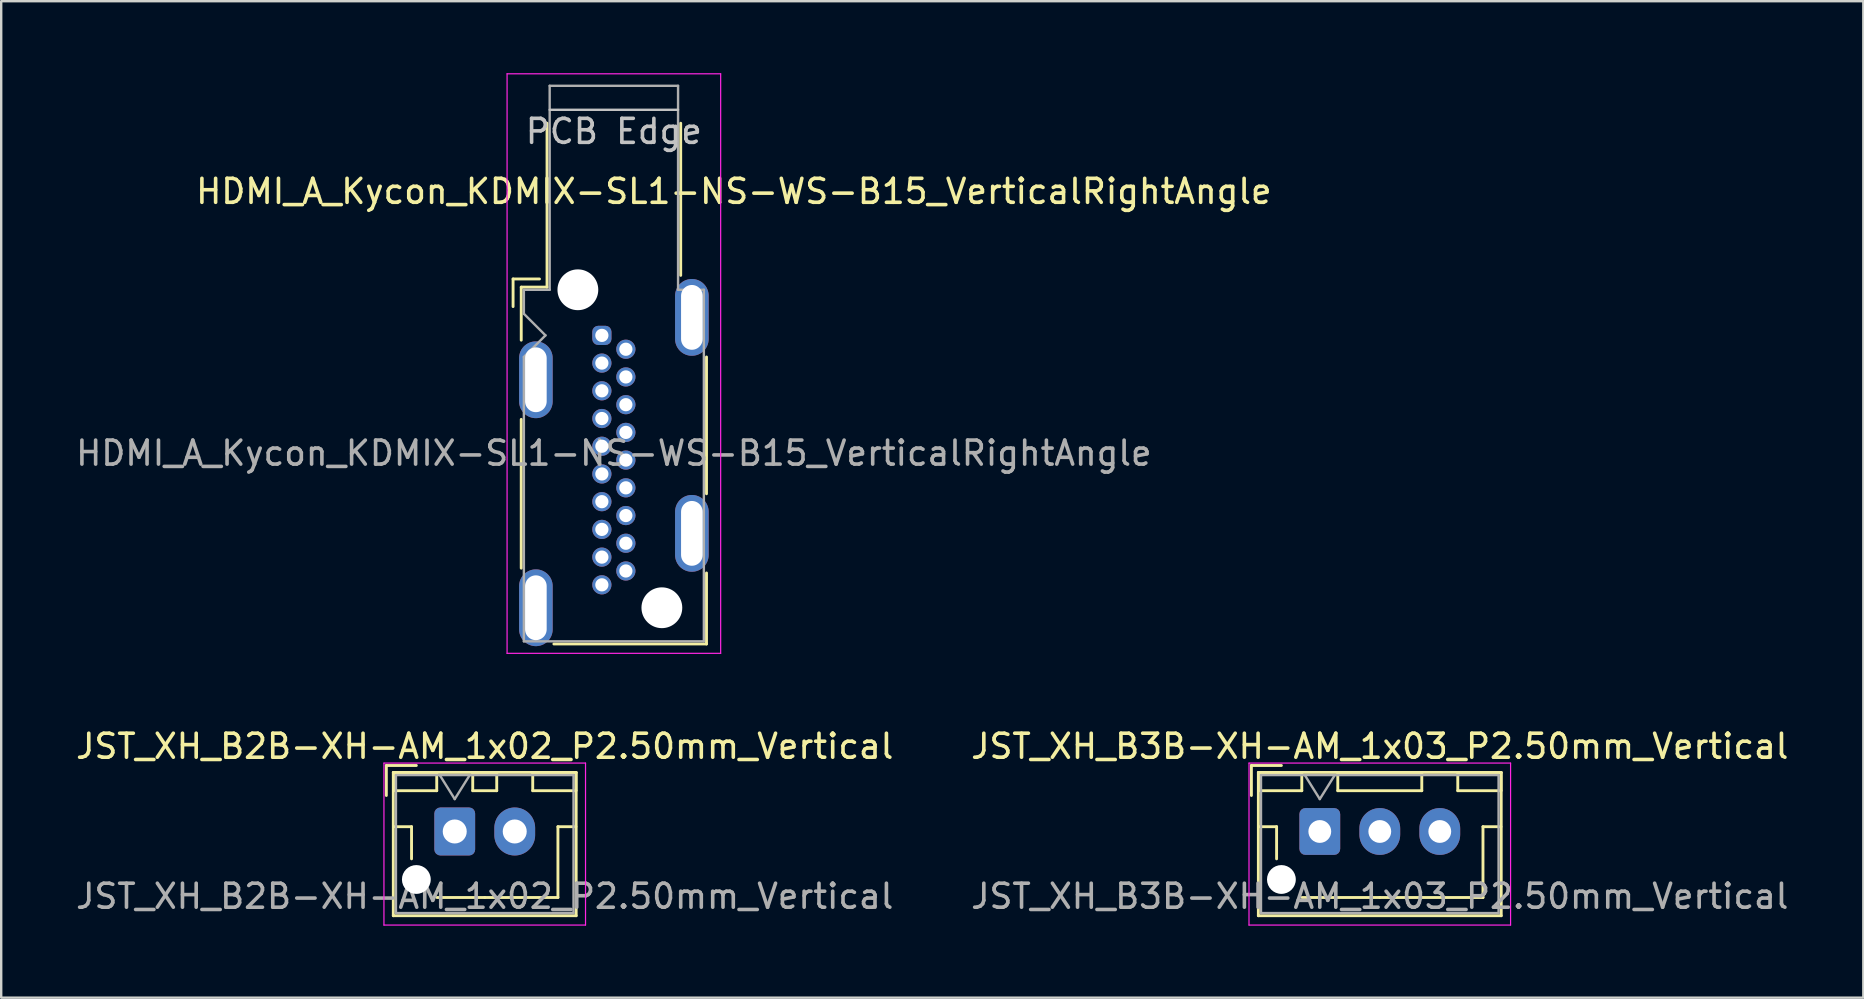
<source format=kicad_pcb>
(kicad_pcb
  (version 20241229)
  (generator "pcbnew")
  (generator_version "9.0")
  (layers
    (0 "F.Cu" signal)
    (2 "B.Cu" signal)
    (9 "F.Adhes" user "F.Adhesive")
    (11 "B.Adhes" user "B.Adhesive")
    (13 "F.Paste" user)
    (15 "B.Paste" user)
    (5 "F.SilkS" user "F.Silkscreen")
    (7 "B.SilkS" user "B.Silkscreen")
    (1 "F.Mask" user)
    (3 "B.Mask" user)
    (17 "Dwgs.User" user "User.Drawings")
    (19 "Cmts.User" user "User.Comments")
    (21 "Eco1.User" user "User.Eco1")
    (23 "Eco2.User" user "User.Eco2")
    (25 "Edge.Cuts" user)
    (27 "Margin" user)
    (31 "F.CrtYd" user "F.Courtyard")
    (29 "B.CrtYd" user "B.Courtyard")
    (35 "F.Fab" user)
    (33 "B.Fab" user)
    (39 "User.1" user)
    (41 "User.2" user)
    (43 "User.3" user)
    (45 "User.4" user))
  (footprint "JST_XH_B2B-XH-AM_1x02_P2.50mm_Vertical"
    (layer "F.Cu")
    (at 15.899 31.598)
    (property "Reference" "JST_XH_B2B-XH-AM_1x02_P2.50mm_Vertical" (at 1.25 -3.55 0) (layer "F.SilkS") (effects (font (size 1 1) (thickness 0.15))))
    (attr through_hole)
    (fp_line (start -2.85 -2.75) (end -2.85 -1.5) (stroke (width 0.12) (type solid)) (layer "F.SilkS"))
    (fp_line (start -2.56 -2.46) (end -2.56 3.51) (stroke (width 0.12) (type solid)) (layer "F.SilkS"))
    (fp_line (start -2.56 3.51) (end 5.06 3.51) (stroke (width 0.12) (type solid)) (layer "F.SilkS"))
    (fp_line (start -2.55 -2.45) (end -2.55 -1.7) (stroke (width 0.12) (type solid)) (layer "F.SilkS"))
    (fp_line (start -2.55 -1.7) (end -0.75 -1.7) (stroke (width 0.12) (type solid)) (layer "F.SilkS"))
    (fp_line (start -2.55 -0.2) (end -1.8 -0.2) (stroke (width 0.12) (type solid)) (layer "F.SilkS"))
    (fp_line (start -1.8 -0.2) (end -1.8 1.14) (stroke (width 0.12) (type solid)) (layer "F.SilkS"))
    (fp_line (start -1.6 -2.75) (end -2.85 -2.75) (stroke (width 0.12) (type solid)) (layer "F.SilkS"))
    (fp_line (start -0.75 -2.45) (end -2.55 -2.45) (stroke (width 0.12) (type solid)) (layer "F.SilkS"))
    (fp_line (start -0.75 -1.7) (end -0.75 -2.45) (stroke (width 0.12) (type solid)) (layer "F.SilkS"))
    (fp_line (start 0.75 -2.45) (end 0.75 -1.7) (stroke (width 0.12) (type solid)) (layer "F.SilkS"))
    (fp_line (start 0.75 -1.7) (end 1.75 -1.7) (stroke (width 0.12) (type solid)) (layer "F.SilkS"))
    (fp_line (start 1.25 2.75) (end -0.74 2.75) (stroke (width 0.12) (type solid)) (layer "F.SilkS"))
    (fp_line (start 1.75 -2.45) (end 0.75 -2.45) (stroke (width 0.12) (type solid)) (layer "F.SilkS"))
    (fp_line (start 1.75 -1.7) (end 1.75 -2.45) (stroke (width 0.12) (type solid)) (layer "F.SilkS"))
    (fp_line (start 3.25 -2.45) (end 3.25 -1.7) (stroke (width 0.12) (type solid)) (layer "F.SilkS"))
    (fp_line (start 3.25 -1.7) (end 5.05 -1.7) (stroke (width 0.12) (type solid)) (layer "F.SilkS"))
    (fp_line (start 4.3 -0.2) (end 4.3 2.75) (stroke (width 0.12) (type solid)) (layer "F.SilkS"))
    (fp_line (start 4.3 2.75) (end 1.25 2.75) (stroke (width 0.12) (type solid)) (layer "F.SilkS"))
    (fp_line (start 5.05 -2.45) (end 3.25 -2.45) (stroke (width 0.12) (type solid)) (layer "F.SilkS"))
    (fp_line (start 5.05 -1.7) (end 5.05 -2.45) (stroke (width 0.12) (type solid)) (layer "F.SilkS"))
    (fp_line (start 5.05 -0.2) (end 4.3 -0.2) (stroke (width 0.12) (type solid)) (layer "F.SilkS"))
    (fp_line (start 5.06 -2.46) (end -2.56 -2.46) (stroke (width 0.12) (type solid)) (layer "F.SilkS"))
    (fp_line (start 5.06 3.51) (end 5.06 -2.46) (stroke (width 0.12) (type solid)) (layer "F.SilkS"))
    (fp_line (start -2.95 -2.85) (end -2.95 3.9) (stroke (width 0.05) (type solid)) (layer "F.CrtYd"))
    (fp_line (start -2.95 3.9) (end 5.45 3.9) (stroke (width 0.05) (type solid)) (layer "F.CrtYd"))
    (fp_line (start 5.45 -2.85) (end -2.95 -2.85) (stroke (width 0.05) (type solid)) (layer "F.CrtYd"))
    (fp_line (start 5.45 3.9) (end 5.45 -2.85) (stroke (width 0.05) (type solid)) (layer "F.CrtYd"))
    (fp_line (start -2.45 -2.35) (end -2.45 3.4) (stroke (width 0.1) (type solid)) (layer "F.Fab"))
    (fp_line (start -2.45 3.4) (end 4.95 3.4) (stroke (width 0.1) (type solid)) (layer "F.Fab"))
    (fp_line (start -0.625 -2.35) (end 0 -1.35) (stroke (width 0.1) (type solid)) (layer "F.Fab"))
    (fp_line (start 0 -1.35) (end 0.625 -2.35) (stroke (width 0.1) (type solid)) (layer "F.Fab"))
    (fp_line (start 4.95 -2.35) (end -2.45 -2.35) (stroke (width 0.1) (type solid)) (layer "F.Fab"))
    (fp_line (start 4.95 3.4) (end 4.95 -2.35) (stroke (width 0.1) (type solid)) (layer "F.Fab"))
    (fp_text user "${REFERENCE}" (at 1.25 2.7 0) (layer "F.Fab") (effects (font (size 1 1) (thickness 0.15))))
    (pad "" np_thru_hole circle (at -1.6 2) (size 1.2 1.2) (drill 1.2) (layers "*.Cu" "*.Mask"))
    (pad "1" thru_hole roundrect (at 0 0) (size 1.7 2) (drill 1) (layers "*.Cu" "*.Mask") (roundrect_rratio 0.147))
    (pad "2" thru_hole oval (at 2.5 0) (size 1.7 2) (drill 1) (layers "*.Cu" "*.Mask")))
  (footprint "HDMI_A_Kycon_KDMIX-SL1-NS-WS-B15_VerticalRightAngle"
    (layer "F.Cu")
    (at 22.03 10.925)
    (property "Reference" "HDMI_A_Kycon_KDMIX-SL1-NS-WS-B15_VerticalRightAngle" (at 5.5 -6 180) (layer "F.SilkS") (effects (font (size 1 1) (thickness 0.15))))
    (attr through_hole)
    (fp_line (start -3.7 -2.35) (end -3.7 -1.2) (stroke (width 0.12) (type default)) (layer "F.SilkS"))
    (fp_line (start -3.7 -2.35) (end -2.6 -2.35) (stroke (width 0.12) (type default)) (layer "F.SilkS"))
    (fp_line (start -3.36 -2.01) (end -3.36 0.2) (stroke (width 0.12) (type solid)) (layer "F.SilkS"))
    (fp_line (start -3.36 9.7) (end -3.36 3.5) (stroke (width 0.12) (type solid)) (layer "F.SilkS"))
    (fp_line (start -2.285 -8.84) (end -2.285 -2.01) (stroke (width 0.12) (type solid)) (layer "F.SilkS"))
    (fp_line (start -2.285 -2.01) (end -3.36 -2.01) (stroke (width 0.12) (type solid)) (layer "F.SilkS"))
    (fp_line (start 3.285 -8.84) (end 3.285 -2.5) (stroke (width 0.12) (type solid)) (layer "F.SilkS"))
    (fp_line (start 4.36 6.6) (end 4.36 0.9) (stroke (width 0.12) (type solid)) (layer "F.SilkS"))
    (fp_line (start 4.36 12.86) (end -2 12.86) (stroke (width 0.12) (type solid)) (layer "F.SilkS"))
    (fp_line (start 4.36 12.86) (end 4.36 9.9) (stroke (width 0.12) (type solid)) (layer "F.SilkS"))
    (fp_line (start 3.175 -9.4) (end -2.175 -9.4) (stroke (width 0.1) (type solid)) (layer "Dwgs.User"))
    (fp_line (start -3.95 13.25) (end -3.95 -10.9) (stroke (width 0.05) (type solid)) (layer "F.CrtYd"))
    (fp_line (start 4.95 -10.9) (end -3.95 -10.9) (stroke (width 0.05) (type solid)) (layer "F.CrtYd"))
    (fp_line (start 4.95 -10.9) (end 4.95 13.25) (stroke (width 0.05) (type solid)) (layer "F.CrtYd"))
    (fp_line (start 4.95 13.25) (end -3.95 13.25) (stroke (width 0.05) (type solid)) (layer "F.CrtYd"))
    (fp_line (start -3.25 -0.9) (end -3.25 -1.9) (stroke (width 0.1) (type default)) (layer "F.Fab"))
    (fp_line (start -3.25 -0.9) (end -2.35 0) (stroke (width 0.1) (type default)) (layer "F.Fab"))
    (fp_line (start -3.25 0.9) (end -3.25 12.75) (stroke (width 0.1) (type solid)) (layer "F.Fab"))
    (fp_line (start -2.35 0) (end -3.25 0.9) (stroke (width 0.1) (type default)) (layer "F.Fab"))
    (fp_line (start -2.175 -10.4) (end -2.175 -1.9) (stroke (width 0.1) (type solid)) (layer "F.Fab"))
    (fp_line (start -2.175 -1.9) (end -3.25 -1.9) (stroke (width 0.1) (type solid)) (layer "F.Fab"))
    (fp_line (start 3.175 -10.4) (end -2.175 -10.4) (stroke (width 0.1) (type solid)) (layer "F.Fab"))
    (fp_line (start 3.175 -1.9) (end 3.175 -10.4) (stroke (width 0.1) (type solid)) (layer "F.Fab"))
    (fp_line (start 3.175 -1.9) (end 4.25 -1.9) (stroke (width 0.1) (type solid)) (layer "F.Fab"))
    (fp_line (start 4.25 12.75) (end -3.25 12.75) (stroke (width 0.1) (type solid)) (layer "F.Fab"))
    (fp_line (start 4.25 12.75) (end 4.25 -1.9) (stroke (width 0.1) (type solid)) (layer "F.Fab"))
    (fp_text user "PCB Edge" (at 0.5 -8.5 180) (layer "Dwgs.User") (effects (font (size 1 1) (thickness 0.15))))
    (fp_text user "${REFERENCE}" (at 0.5 4.909 180) (layer "F.Fab") (effects (font (size 1 1) (thickness 0.15))))
    (pad "" np_thru_hole circle (at -1 -1.9 180) (size 1.7 1.7) (drill 1.7) (layers "*.Cu" "*.Mask"))
    (pad "" np_thru_hole circle (at 2.5 11.35 180) (size 1.7 1.7) (drill 1.7) (layers "*.Cu" "*.Mask"))
    (pad "1" thru_hole roundrect (at 0 0 180) (size 0.8 0.8) (drill 0.55) (layers "*.Cu" "*.Mask") (roundrect_rratio 0.312))
    (pad "2" thru_hole circle (at 1 0.578 180) (size 0.8 0.8) (drill 0.55) (layers "*.Cu" "*.Mask"))
    (pad "3" thru_hole circle (at 0 1.155 180) (size 0.8 0.8) (drill 0.55) (layers "*.Cu" "*.Mask"))
    (pad "4" thru_hole circle (at 1 1.732 180) (size 0.8 0.8) (drill 0.55) (layers "*.Cu" "*.Mask"))
    (pad "5" thru_hole circle (at 0 2.31 180) (size 0.8 0.8) (drill 0.55) (layers "*.Cu" "*.Mask"))
    (pad "6" thru_hole circle (at 1 2.888 180) (size 0.8 0.8) (drill 0.55) (layers "*.Cu" "*.Mask"))
    (pad "7" thru_hole circle (at 0 3.465 180) (size 0.8 0.8) (drill 0.55) (layers "*.Cu" "*.Mask"))
    (pad "8" thru_hole circle (at 1 4.043 180) (size 0.8 0.8) (drill 0.55) (layers "*.Cu" "*.Mask"))
    (pad "9" thru_hole circle (at 0 4.62 180) (size 0.8 0.8) (drill 0.55) (layers "*.Cu" "*.Mask"))
    (pad "10" thru_hole circle (at 1 5.197 180) (size 0.8 0.8) (drill 0.55) (layers "*.Cu" "*.Mask"))
    (pad "11" thru_hole circle (at 0 5.775 180) (size 0.8 0.8) (drill 0.55) (layers "*.Cu" "*.Mask"))
    (pad "12" thru_hole circle (at 1 6.353 180) (size 0.8 0.8) (drill 0.55) (layers "*.Cu" "*.Mask"))
    (pad "13" thru_hole circle (at 0 6.93 180) (size 0.8 0.8) (drill 0.55) (layers "*.Cu" "*.Mask"))
    (pad "14" thru_hole circle (at 1 7.508 180) (size 0.8 0.8) (drill 0.55) (layers "*.Cu" "*.Mask"))
    (pad "15" thru_hole circle (at 0 8.085 180) (size 0.8 0.8) (drill 0.55) (layers "*.Cu" "*.Mask"))
    (pad "16" thru_hole circle (at 1 8.662 180) (size 0.8 0.8) (drill 0.55) (layers "*.Cu" "*.Mask"))
    (pad "17" thru_hole circle (at 0 9.24 180) (size 0.8 0.8) (drill 0.55) (layers "*.Cu" "*.Mask"))
    (pad "18" thru_hole circle (at 1 9.818 180) (size 0.8 0.8) (drill 0.55) (layers "*.Cu" "*.Mask"))
    (pad "19" thru_hole circle (at 0 10.395 180) (size 0.8 0.8) (drill 0.55) (layers "*.Cu" "*.Mask"))
    (pad "SH" thru_hole oval (at -2.75 1.85 180) (size 1.4 3.2) (drill oval 0.9 2.7) (layers "*.Cu" "*.Mask"))
    (pad "SH" thru_hole oval (at -2.75 11.35 180) (size 1.4 3.2) (drill oval 0.9 2.7) (layers "*.Cu" "*.Mask"))
    (pad "SH" thru_hole oval (at 3.75 -0.75 180) (size 1.4 3.2) (drill oval 0.9 2.7) (layers "*.Cu" "*.Mask"))
    (pad "SH" thru_hole oval (at 3.75 8.25 180) (size 1.4 3.2) (drill oval 0.9 2.7) (layers "*.Cu" "*.Mask")))
  (footprint "JST_XH_B3B-XH-AM_1x03_P2.50mm_Vertical"
    (layer "F.Cu")
    (at 51.946 31.598)
    (property "Reference" "JST_XH_B3B-XH-AM_1x03_P2.50mm_Vertical" (at 2.5 -3.55 0) (layer "F.SilkS") (effects (font (size 1 1) (thickness 0.15))))
    (attr through_hole)
    (fp_line (start -2.85 -2.75) (end -2.85 -1.5) (stroke (width 0.12) (type solid)) (layer "F.SilkS"))
    (fp_line (start -2.56 -2.46) (end -2.56 3.51) (stroke (width 0.12) (type solid)) (layer "F.SilkS"))
    (fp_line (start -2.56 3.51) (end 7.56 3.51) (stroke (width 0.12) (type solid)) (layer "F.SilkS"))
    (fp_line (start -2.55 -2.45) (end -2.55 -1.7) (stroke (width 0.12) (type solid)) (layer "F.SilkS"))
    (fp_line (start -2.55 -1.7) (end -0.75 -1.7) (stroke (width 0.12) (type solid)) (layer "F.SilkS"))
    (fp_line (start -2.55 -0.2) (end -1.8 -0.2) (stroke (width 0.12) (type solid)) (layer "F.SilkS"))
    (fp_line (start -1.8 -0.2) (end -1.8 1.14) (stroke (width 0.12) (type solid)) (layer "F.SilkS"))
    (fp_line (start -1.6 -2.75) (end -2.85 -2.75) (stroke (width 0.12) (type solid)) (layer "F.SilkS"))
    (fp_line (start -0.75 -2.45) (end -2.55 -2.45) (stroke (width 0.12) (type solid)) (layer "F.SilkS"))
    (fp_line (start -0.75 -1.7) (end -0.75 -2.45) (stroke (width 0.12) (type solid)) (layer "F.SilkS"))
    (fp_line (start 0.75 -2.45) (end 0.75 -1.7) (stroke (width 0.12) (type solid)) (layer "F.SilkS"))
    (fp_line (start 0.75 -1.7) (end 4.25 -1.7) (stroke (width 0.12) (type solid)) (layer "F.SilkS"))
    (fp_line (start 2.5 2.75) (end -0.74 2.75) (stroke (width 0.12) (type solid)) (layer "F.SilkS"))
    (fp_line (start 4.25 -2.45) (end 0.75 -2.45) (stroke (width 0.12) (type solid)) (layer "F.SilkS"))
    (fp_line (start 4.25 -1.7) (end 4.25 -2.45) (stroke (width 0.12) (type solid)) (layer "F.SilkS"))
    (fp_line (start 5.75 -2.45) (end 5.75 -1.7) (stroke (width 0.12) (type solid)) (layer "F.SilkS"))
    (fp_line (start 5.75 -1.7) (end 7.55 -1.7) (stroke (width 0.12) (type solid)) (layer "F.SilkS"))
    (fp_line (start 6.8 -0.2) (end 6.8 2.75) (stroke (width 0.12) (type solid)) (layer "F.SilkS"))
    (fp_line (start 6.8 2.75) (end 2.5 2.75) (stroke (width 0.12) (type solid)) (layer "F.SilkS"))
    (fp_line (start 7.55 -2.45) (end 5.75 -2.45) (stroke (width 0.12) (type solid)) (layer "F.SilkS"))
    (fp_line (start 7.55 -1.7) (end 7.55 -2.45) (stroke (width 0.12) (type solid)) (layer "F.SilkS"))
    (fp_line (start 7.55 -0.2) (end 6.8 -0.2) (stroke (width 0.12) (type solid)) (layer "F.SilkS"))
    (fp_line (start 7.56 -2.46) (end -2.56 -2.46) (stroke (width 0.12) (type solid)) (layer "F.SilkS"))
    (fp_line (start 7.56 3.51) (end 7.56 -2.46) (stroke (width 0.12) (type solid)) (layer "F.SilkS"))
    (fp_line (start -2.95 -2.85) (end -2.95 3.9) (stroke (width 0.05) (type solid)) (layer "F.CrtYd"))
    (fp_line (start -2.95 3.9) (end 7.95 3.9) (stroke (width 0.05) (type solid)) (layer "F.CrtYd"))
    (fp_line (start 7.95 -2.85) (end -2.95 -2.85) (stroke (width 0.05) (type solid)) (layer "F.CrtYd"))
    (fp_line (start 7.95 3.9) (end 7.95 -2.85) (stroke (width 0.05) (type solid)) (layer "F.CrtYd"))
    (fp_line (start -2.45 -2.35) (end -2.45 3.4) (stroke (width 0.1) (type solid)) (layer "F.Fab"))
    (fp_line (start -2.45 3.4) (end 7.45 3.4) (stroke (width 0.1) (type solid)) (layer "F.Fab"))
    (fp_line (start -0.625 -2.35) (end 0 -1.35) (stroke (width 0.1) (type solid)) (layer "F.Fab"))
    (fp_line (start 0 -1.35) (end 0.625 -2.35) (stroke (width 0.1) (type solid)) (layer "F.Fab"))
    (fp_line (start 7.45 -2.35) (end -2.45 -2.35) (stroke (width 0.1) (type solid)) (layer "F.Fab"))
    (fp_line (start 7.45 3.4) (end 7.45 -2.35) (stroke (width 0.1) (type solid)) (layer "F.Fab"))
    (fp_text user "${REFERENCE}" (at 2.5 2.7 0) (layer "F.Fab") (effects (font (size 1 1) (thickness 0.15))))
    (pad "" np_thru_hole circle (at -1.6 2) (size 1.2 1.2) (drill 1.2) (layers "*.Cu" "*.Mask"))
    (pad "1" thru_hole roundrect (at 0 0) (size 1.7 1.95) (drill 0.95) (layers "*.Cu" "*.Mask") (roundrect_rratio 0.147))
    (pad "2" thru_hole oval (at 2.5 0) (size 1.7 1.95) (drill 0.95) (layers "*.Cu" "*.Mask"))
    (pad "3" thru_hole oval (at 5 0) (size 1.7 1.95) (drill 0.95) (layers "*.Cu" "*.Mask")))
  (gr_rect
    (start -3 -3)
    (end 74.595 38.523)
    (stroke (width 0.1) (type default))
    (fill no)
    (layer "Edge.Cuts")))
</source>
